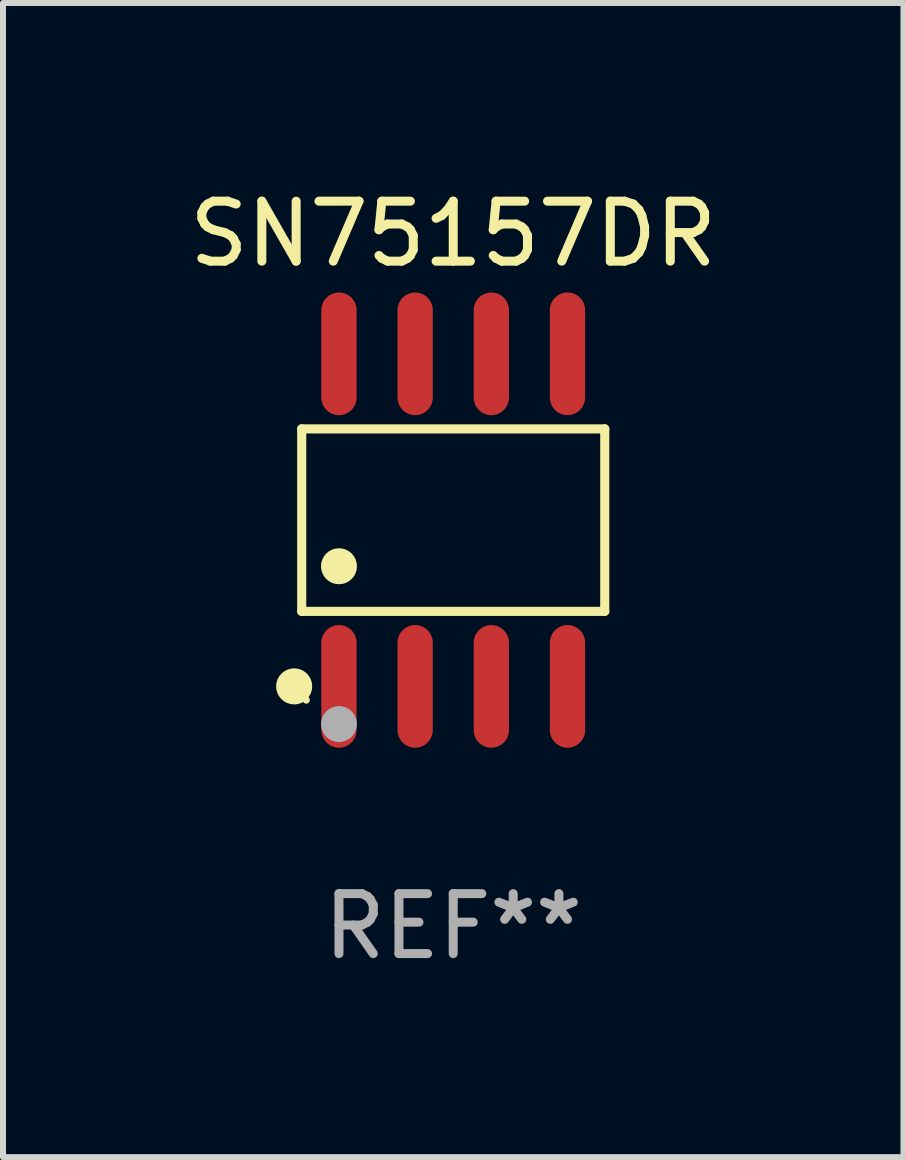
<source format=kicad_pcb>
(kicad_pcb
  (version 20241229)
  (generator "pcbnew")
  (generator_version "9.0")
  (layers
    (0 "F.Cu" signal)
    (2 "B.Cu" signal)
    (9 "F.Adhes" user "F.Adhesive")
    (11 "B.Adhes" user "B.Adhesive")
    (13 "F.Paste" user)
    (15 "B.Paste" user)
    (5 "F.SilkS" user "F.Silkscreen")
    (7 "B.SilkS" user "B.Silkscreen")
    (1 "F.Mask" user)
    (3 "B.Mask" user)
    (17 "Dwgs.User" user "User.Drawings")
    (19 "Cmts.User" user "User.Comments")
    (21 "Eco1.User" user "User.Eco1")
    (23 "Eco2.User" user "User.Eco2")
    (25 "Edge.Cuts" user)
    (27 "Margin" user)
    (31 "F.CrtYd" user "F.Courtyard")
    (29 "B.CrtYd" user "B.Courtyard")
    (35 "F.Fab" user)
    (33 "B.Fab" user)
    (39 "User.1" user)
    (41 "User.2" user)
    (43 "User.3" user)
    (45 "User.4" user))
  (footprint "SN75157DR"
    (layer "F.Cu")
    (at 4.506 5.621)
    (property "Reference" "SN75157DR" (at 0 -4.772 0) (layer "F.SilkS") (effects (font (size 1 1) (thickness 0.15))))
    (attr through_hole)
    (fp_line (start -2.526 -1.521) (end 2.526 -1.521) (stroke (width 0.152) (type solid)) (layer "F.SilkS"))
    (fp_line (start -2.526 1.521) (end -2.526 -1.521) (stroke (width 0.152) (type solid)) (layer "F.SilkS"))
    (fp_line (start 2.526 -1.521) (end 2.526 1.521) (stroke (width 0.152) (type solid)) (layer "F.SilkS"))
    (fp_line (start 2.526 1.521) (end -2.526 1.521) (stroke (width 0.152) (type solid)) (layer "F.SilkS"))
    (fp_circle (center -2.652 2.772) (end -2.501 2.772) (stroke (width 0.3) (type solid)) (fill no) (layer "F.SilkS"))
    (fp_circle (center -2.45 3) (end -2.42 3) (stroke (width 0.06) (type solid)) (fill no) (layer "F.SilkS"))
    (fp_circle (center -1.905 0.769) (end -1.755 0.769) (stroke (width 0.3) (type solid)) (fill no) (layer "F.SilkS"))
    (fp_circle (center -1.905 3.4) (end -1.755 3.4) (stroke (width 0.3) (type solid)) (fill no) (layer "F.Fab"))
    (fp_text user "REF**" (at 0 6.772 0) (layer "F.Fab") (effects (font (size 1 1) (thickness 0.15))))
    (pad "1" smd oval (at -1.905 2.772) (size 0.588 2.045) (layers "F.Cu" "F.Mask" "F.Paste"))
    (pad "2" smd oval (at -0.635 2.772) (size 0.588 2.045) (layers "F.Cu" "F.Mask" "F.Paste"))
    (pad "3" smd oval (at 0.635 2.772) (size 0.588 2.045) (layers "F.Cu" "F.Mask" "F.Paste"))
    (pad "4" smd oval (at 1.905 2.772) (size 0.588 2.045) (layers "F.Cu" "F.Mask" "F.Paste"))
    (pad "5" smd oval (at 1.905 -2.772) (size 0.588 2.045) (layers "F.Cu" "F.Mask" "F.Paste"))
    (pad "6" smd oval (at 0.635 -2.772) (size 0.588 2.045) (layers "F.Cu" "F.Mask" "F.Paste"))
    (pad "7" smd oval (at -0.635 -2.772) (size 0.588 2.045) (layers "F.Cu" "F.Mask" "F.Paste"))
    (pad "8" smd oval (at -1.905 -2.772) (size 0.588 2.045) (layers "F.Cu" "F.Mask" "F.Paste")))
  (gr_rect
    (start -3 -3)
    (end 12.012 16.241)
    (stroke (width 0.1) (type default))
    (fill no)
    (layer "Edge.Cuts")))
</source>
